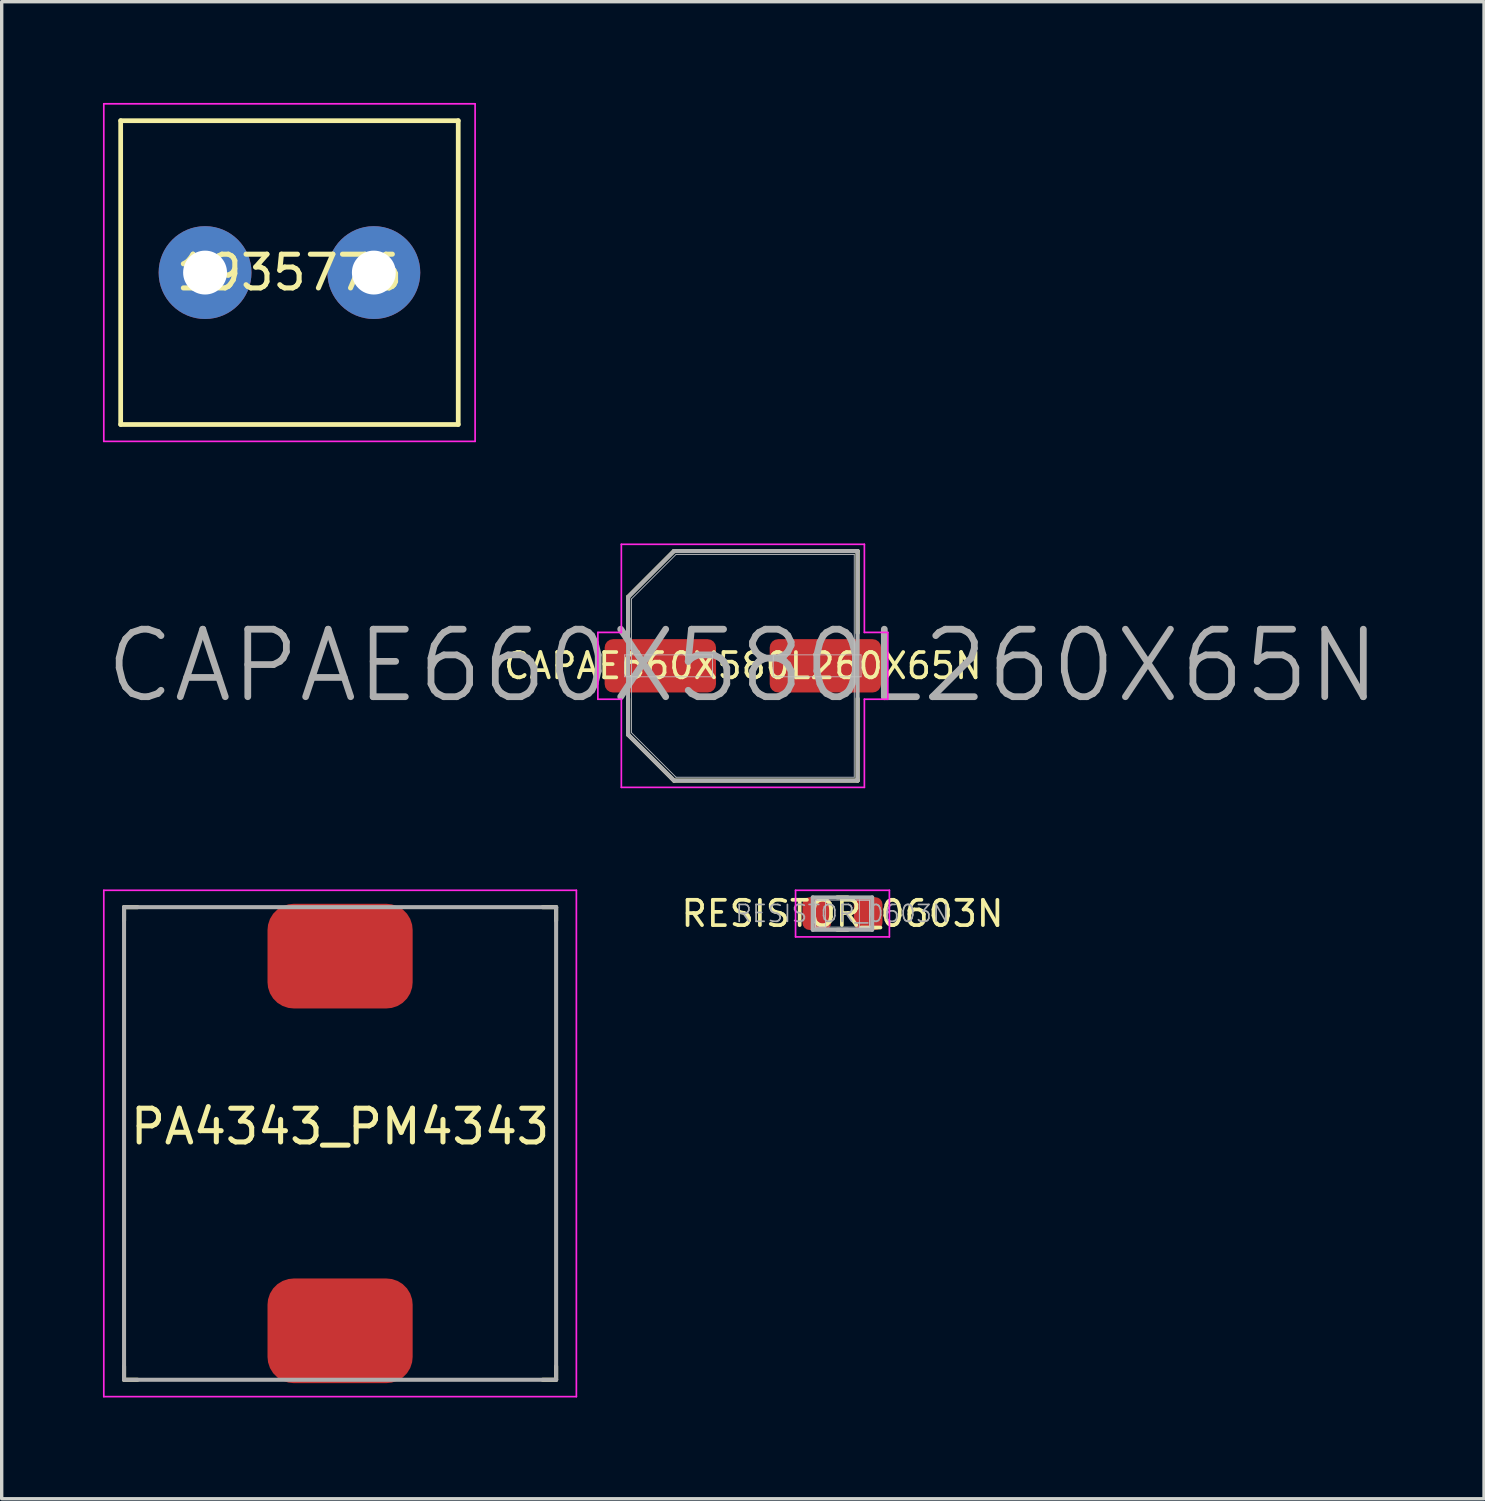
<source format=kicad_pcb>
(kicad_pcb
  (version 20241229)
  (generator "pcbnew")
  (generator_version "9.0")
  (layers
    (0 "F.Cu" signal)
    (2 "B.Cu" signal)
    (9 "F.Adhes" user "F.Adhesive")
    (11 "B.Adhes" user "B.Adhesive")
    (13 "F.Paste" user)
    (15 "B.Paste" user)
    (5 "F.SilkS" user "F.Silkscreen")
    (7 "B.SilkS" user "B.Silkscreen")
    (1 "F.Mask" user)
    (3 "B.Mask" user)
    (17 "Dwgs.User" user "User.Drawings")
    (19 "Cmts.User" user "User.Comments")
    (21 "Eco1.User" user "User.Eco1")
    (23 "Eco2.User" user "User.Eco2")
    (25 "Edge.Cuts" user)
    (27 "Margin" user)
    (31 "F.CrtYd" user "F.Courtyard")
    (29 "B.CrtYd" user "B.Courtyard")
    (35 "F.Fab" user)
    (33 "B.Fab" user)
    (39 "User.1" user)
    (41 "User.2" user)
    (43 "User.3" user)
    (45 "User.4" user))
  (footprint "RESISTOR_0603N"
    (layer "F.Cu")
    (at 21.908 24.015)
    (property "Reference" "RESISTOR_0603N" (at 0 0 0) (layer "F.SilkS") (effects (font (size 0.75 0.75) (thickness 0.11))))
    (attr smd)
    (fp_line (start -0.155 -0.48) (end 0.155 -0.48) (stroke (width 0.12) (type solid)) (layer "F.SilkS"))
    (fp_line (start -0.155 0.48) (end 0.155 0.48) (stroke (width 0.12) (type solid)) (layer "F.SilkS"))
    (fp_line (start -0.8 -0.4) (end -0.5 -0.4) (stroke (width 0.025) (type solid)) (layer "Dwgs.User"))
    (fp_line (start -0.8 -0.4) (end 0.8 -0.4) (stroke (width 0.025) (type solid)) (layer "Dwgs.User"))
    (fp_line (start -0.8 0.4) (end -0.8 -0.4) (stroke (width 0.025) (type solid)) (layer "Dwgs.User"))
    (fp_line (start -0.8 0.4) (end -0.8 -0.4) (stroke (width 0.025) (type solid)) (layer "Dwgs.User"))
    (fp_line (start -0.5 -0.4) (end -0.5 0.4) (stroke (width 0.025) (type solid)) (layer "Dwgs.User"))
    (fp_line (start -0.5 0.4) (end -0.8 0.4) (stroke (width 0.025) (type solid)) (layer "Dwgs.User"))
    (fp_line (start 0.5 -0.4) (end 0.8 -0.4) (stroke (width 0.025) (type solid)) (layer "Dwgs.User"))
    (fp_line (start 0.5 0.4) (end 0.5 -0.4) (stroke (width 0.025) (type solid)) (layer "Dwgs.User"))
    (fp_line (start 0.8 -0.4) (end 0.8 0.4) (stroke (width 0.025) (type solid)) (layer "Dwgs.User"))
    (fp_line (start 0.8 -0.4) (end 0.8 0.4) (stroke (width 0.025) (type solid)) (layer "Dwgs.User"))
    (fp_line (start 0.8 0.4) (end -0.8 0.4) (stroke (width 0.025) (type solid)) (layer "Dwgs.User"))
    (fp_line (start 0.8 0.4) (end 0.5 0.4) (stroke (width 0.025) (type solid)) (layer "Dwgs.User"))
    (fp_line (start -1.39 -0.69) (end 1.39 -0.69) (stroke (width 0.05) (type solid)) (layer "F.CrtYd"))
    (fp_line (start -1.39 0.69) (end -1.39 -0.69) (stroke (width 0.05) (type solid)) (layer "F.CrtYd"))
    (fp_line (start 1.39 -0.69) (end 1.39 0.69) (stroke (width 0.05) (type solid)) (layer "F.CrtYd"))
    (fp_line (start 1.39 0.69) (end -1.39 0.69) (stroke (width 0.05) (type solid)) (layer "F.CrtYd"))
    (fp_line (start -0.88 -0.48) (end 0.88 -0.48) (stroke (width 0.12) (type solid)) (layer "F.Fab"))
    (fp_line (start -0.88 0.48) (end -0.88 -0.48) (stroke (width 0.12) (type solid)) (layer "F.Fab"))
    (fp_line (start 0.88 -0.48) (end 0.88 0.48) (stroke (width 0.12) (type solid)) (layer "F.Fab"))
    (fp_line (start 0.88 0.48) (end -0.88 0.48) (stroke (width 0.12) (type solid)) (layer "F.Fab"))
    (fp_text user "${REFERENCE}" (at 0 0 0) (layer "F.Fab") (effects (font (size 0.5 0.5) (thickness 0.05))))
    (pad "1" smd roundrect (at -0.76 0) (size 0.85 0.97) (layers "F.Cu" "F.Mask" "F.Paste") (roundrect_rratio 0.247))
    (pad "2" smd roundrect (at 0.76 0) (size 0.85 0.97) (layers "F.Cu" "F.Mask" "F.Paste") (roundrect_rratio 0.247)))
  (footprint "1935776"
    (layer "F.Cu")
    (at 5.525 5.025)
    (property "Reference" "1935776" (at 0 0 0) (unlocked yes) (layer "F.SilkS") (effects (font (size 1 1) (thickness 0.15))))
    (fp_line (start -5 -4.5) (end 5 -4.5) (stroke (width 0.14) (type solid)) (layer "F.SilkS"))
    (fp_line (start -5 4.5) (end -5 -4.5) (stroke (width 0.14) (type solid)) (layer "F.SilkS"))
    (fp_line (start -5 4.5) (end 5 4.5) (stroke (width 0.14) (type solid)) (layer "F.SilkS"))
    (fp_line (start 5 -4.5) (end 5 4.5) (stroke (width 0.14) (type solid)) (layer "F.SilkS"))
    (fp_line (start -5.5 -5) (end -5.5 5) (stroke (width 0.05) (type solid)) (layer "F.CrtYd"))
    (fp_line (start -5.5 5) (end 5.5 5) (stroke (width 0.05) (type solid)) (layer "F.CrtYd"))
    (fp_line (start 5.5 -5) (end -5.5 -5) (stroke (width 0.05) (type solid)) (layer "F.CrtYd"))
    (fp_line (start 5.5 5) (end 5.5 -5) (stroke (width 0.05) (type solid)) (layer "F.CrtYd"))
    (pad "1" thru_hole circle (at -2.5 0) (size 2.75 2.75) (drill 1.3) (layers "*.Cu" "*.Mask"))
    (pad "2" thru_hole circle (at 2.5 0) (size 2.75 2.75) (drill 1.3) (layers "*.Cu" "*.Mask")))
  (footprint "CAPAE660X580L260X65N"
    (layer "F.Cu")
    (at 18.957 16.675)
    (property "Reference" "CAPAE660X580L260X65N" (at 0 0 0) (layer "F.SilkS") (effects (font (size 0.75 0.75) (thickness 0.11))))
    (attr smd)
    (fp_line (start -3.4 -2.04) (end -3.4 -0.97) (stroke (width 0.12) (type solid)) (layer "F.SilkS"))
    (fp_line (start -3.4 2.04) (end -3.4 0.97) (stroke (width 0.12) (type solid)) (layer "F.SilkS"))
    (fp_line (start -2.04 -3.4) (end -3.4 -2.04) (stroke (width 0.12) (type solid)) (layer "F.SilkS"))
    (fp_line (start -2.04 3.4) (end -3.4 2.04) (stroke (width 0.12) (type solid)) (layer "F.SilkS"))
    (fp_line (start 3.4 -3.4) (end -2.04 -3.4) (stroke (width 0.12) (type solid)) (layer "F.SilkS"))
    (fp_line (start 3.4 -0.97) (end 3.4 -3.4) (stroke (width 0.12) (type solid)) (layer "F.SilkS"))
    (fp_line (start 3.4 0.97) (end 3.4 3.4) (stroke (width 0.12) (type solid)) (layer "F.SilkS"))
    (fp_line (start 3.4 3.4) (end -2.04 3.4) (stroke (width 0.12) (type solid)) (layer "F.SilkS"))
    (fp_line (start -3.5 -0.325) (end -0.9 -0.325) (stroke (width 0.025) (type solid)) (layer "Dwgs.User"))
    (fp_line (start -3.5 0.325) (end -3.5 -0.325) (stroke (width 0.025) (type solid)) (layer "Dwgs.User"))
    (fp_line (start -3.3 -1.98) (end -1.98 -3.3) (stroke (width 0.025) (type solid)) (layer "Dwgs.User"))
    (fp_line (start -3.3 1.98) (end -3.3 -1.98) (stroke (width 0.025) (type solid)) (layer "Dwgs.User"))
    (fp_line (start -1.98 -3.3) (end 3.3 -3.3) (stroke (width 0.025) (type solid)) (layer "Dwgs.User"))
    (fp_line (start -1.98 3.3) (end -3.3 1.98) (stroke (width 0.025) (type solid)) (layer "Dwgs.User"))
    (fp_line (start -0.9 -0.325) (end -0.9 0.325) (stroke (width 0.025) (type solid)) (layer "Dwgs.User"))
    (fp_line (start -0.9 0.325) (end -3.5 0.325) (stroke (width 0.025) (type solid)) (layer "Dwgs.User"))
    (fp_line (start 0.9 -0.325) (end 3.5 -0.325) (stroke (width 0.025) (type solid)) (layer "Dwgs.User"))
    (fp_line (start 0.9 0.325) (end 0.9 -0.325) (stroke (width 0.025) (type solid)) (layer "Dwgs.User"))
    (fp_line (start 3.3 -3.3) (end 3.3 3.3) (stroke (width 0.025) (type solid)) (layer "Dwgs.User"))
    (fp_line (start 3.3 3.3) (end -1.98 3.3) (stroke (width 0.025) (type solid)) (layer "Dwgs.User"))
    (fp_line (start 3.5 -0.325) (end 3.5 0.325) (stroke (width 0.025) (type solid)) (layer "Dwgs.User"))
    (fp_line (start 3.5 0.325) (end 0.9 0.325) (stroke (width 0.025) (type solid)) (layer "Dwgs.User"))
    (fp_line (start -4.295 -0.99) (end -4.295 0.99) (stroke (width 0.05) (type solid)) (layer "F.CrtYd"))
    (fp_line (start -4.295 0.99) (end -3.6 0.99) (stroke (width 0.05) (type solid)) (layer "F.CrtYd"))
    (fp_line (start -3.6 -3.6) (end -3.6 -0.99) (stroke (width 0.05) (type solid)) (layer "F.CrtYd"))
    (fp_line (start -3.6 -0.99) (end -4.295 -0.99) (stroke (width 0.05) (type solid)) (layer "F.CrtYd"))
    (fp_line (start -3.6 0.99) (end -3.6 3.6) (stroke (width 0.05) (type solid)) (layer "F.CrtYd"))
    (fp_line (start -3.6 3.6) (end 3.6 3.6) (stroke (width 0.05) (type solid)) (layer "F.CrtYd"))
    (fp_line (start 3.6 -3.6) (end -3.6 -3.6) (stroke (width 0.05) (type solid)) (layer "F.CrtYd"))
    (fp_line (start 3.6 -0.99) (end 3.6 -3.6) (stroke (width 0.05) (type solid)) (layer "F.CrtYd"))
    (fp_line (start 3.6 0.99) (end 4.295 0.99) (stroke (width 0.05) (type solid)) (layer "F.CrtYd"))
    (fp_line (start 3.6 3.6) (end 3.6 0.99) (stroke (width 0.05) (type solid)) (layer "F.CrtYd"))
    (fp_line (start 4.295 -0.99) (end 3.6 -0.99) (stroke (width 0.05) (type solid)) (layer "F.CrtYd"))
    (fp_line (start 4.295 0.99) (end 4.295 -0.99) (stroke (width 0.05) (type solid)) (layer "F.CrtYd"))
    (fp_line (start -3.4 -2.04) (end -2.04 -3.4) (stroke (width 0.12) (type solid)) (layer "F.Fab"))
    (fp_line (start -3.4 2.04) (end -3.4 -2.04) (stroke (width 0.12) (type solid)) (layer "F.Fab"))
    (fp_line (start -2.04 -3.4) (end 3.4 -3.4) (stroke (width 0.12) (type solid)) (layer "F.Fab"))
    (fp_line (start -2.04 3.4) (end -3.4 2.04) (stroke (width 0.12) (type solid)) (layer "F.Fab"))
    (fp_line (start 3.4 -3.4) (end 3.4 3.4) (stroke (width 0.12) (type solid)) (layer "F.Fab"))
    (fp_line (start 3.4 3.4) (end -2.04 3.4) (stroke (width 0.12) (type solid)) (layer "F.Fab"))
    (fp_text user "${REFERENCE}" (at 0 0 0) (layer "F.Fab") (effects (font (size 2 2) (thickness 0.2))))
    (pad "1" smd roundrect (at -2.445 0) (size 3.3 1.58) (layers "F.Cu" "F.Mask" "F.Paste") (roundrect_rratio 0.158))
    (pad "2" smd roundrect (at 2.445 0) (size 3.3 1.58) (layers "F.Cu" "F.Mask" "F.Paste") (roundrect_rratio 0.158)))
  (footprint "PA4343_PM4343"
    (layer "F.Cu")
    (at 7.025 30.825)
    (property "Reference" "PA4343_PM4343" (at 0 -0.5 0) (unlocked yes) (layer "F.SilkS") (effects (font (size 1 1) (thickness 0.15))))
    (fp_line (start -6.4 -7) (end -6 -7) (stroke (width 0.12) (type solid)) (layer "F.SilkS"))
    (fp_line (start -6.4 -6.6) (end -6.4 -7) (stroke (width 0.12) (type solid)) (layer "F.SilkS"))
    (fp_line (start -6.4 7) (end -6.4 6.6) (stroke (width 0.12) (type solid)) (layer "F.SilkS"))
    (fp_line (start -6.4 7) (end -6 7) (stroke (width 0.12) (type solid)) (layer "F.SilkS"))
    (fp_line (start 6.4 -7) (end 6 -7) (stroke (width 0.12) (type solid)) (layer "F.SilkS"))
    (fp_line (start 6.4 -7) (end 6.4 -6.6) (stroke (width 0.12) (type solid)) (layer "F.SilkS"))
    (fp_line (start 6.4 7) (end 6 7) (stroke (width 0.12) (type solid)) (layer "F.SilkS"))
    (fp_line (start 6.4 7) (end 6.4 6.6) (stroke (width 0.12) (type solid)) (layer "F.SilkS"))
    (fp_line (start -7 -7.5) (end -7 7.5) (stroke (width 0.05) (type solid)) (layer "F.CrtYd"))
    (fp_line (start -7 7.5) (end 7 7.5) (stroke (width 0.05) (type solid)) (layer "F.CrtYd"))
    (fp_line (start 7 -7.5) (end -7 -7.5) (stroke (width 0.05) (type solid)) (layer "F.CrtYd"))
    (fp_line (start 7 7.5) (end 7 -7.5) (stroke (width 0.05) (type solid)) (layer "F.CrtYd"))
    (fp_line (start -6.4 -7) (end -6.4 7) (stroke (width 0.12) (type solid)) (layer "F.Fab"))
    (fp_line (start -6.4 -7) (end 6.4 -7) (stroke (width 0.12) (type solid)) (layer "F.Fab"))
    (fp_line (start -6.4 7) (end 6.4 7) (stroke (width 0.12) (type solid)) (layer "F.Fab"))
    (fp_line (start 6.4 -7) (end 6.4 7) (stroke (width 0.12) (type solid)) (layer "F.Fab"))
    (pad "1" smd roundrect (at 0 -5.55) (size 4.3 3.1) (layers "F.Cu" "F.Mask" "F.Paste") (roundrect_rratio 0.25))
    (pad "2" smd roundrect (at 0 5.55) (size 4.3 3.1) (layers "F.Cu" "F.Mask" "F.Paste") (roundrect_rratio 0.25)))
  (gr_rect
    (start -3 -3)
    (end 40.914 41.35)
    (stroke (width 0.1) (type default))
    (fill no)
    (layer "Edge.Cuts")))
</source>
